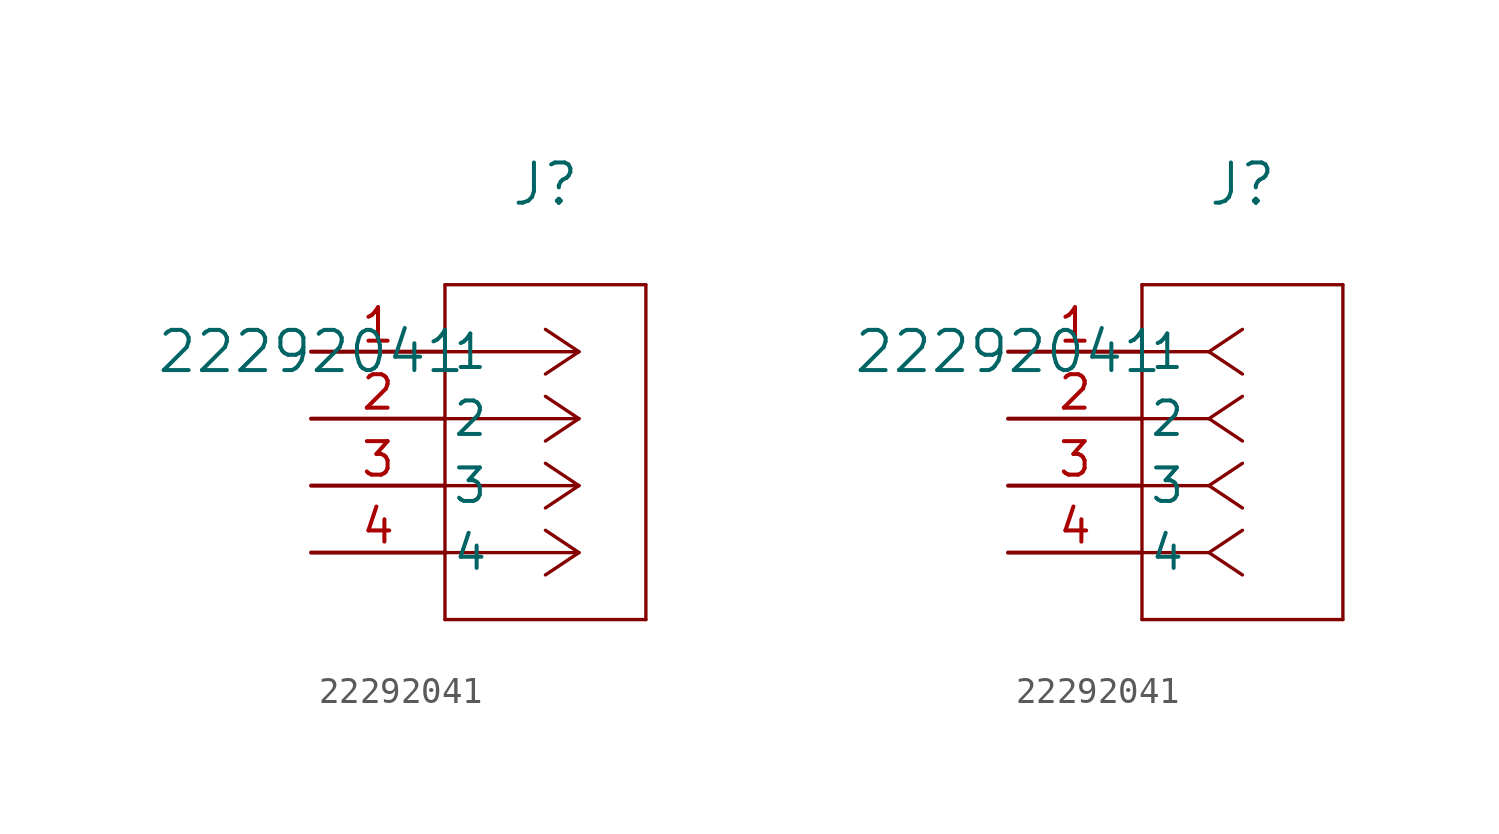
<source format=kicad_sym>
(kicad_symbol_lib
  (version 20211014)
  (generator kicad_symbol_editor)
  (symbol "22292041"
    (pin_names
      (offset 0.254))
    (property "Reference" "J"
      (at 8.89 6.35 0)
      (effects (font (size 1.524 1.524))))
    (property "Value" "22292041"
      (at 0 0 0)
      (effects (font (size 1.524 1.524))))
    (symbol "22292041_1_1"
      (polyline (pts (xy 10.16 0) (xy 5.08 0)) (stroke (width 0.127) (type default) (color 0 0 0 0)) (fill (type none)))
      (polyline (pts (xy 10.16 -2.54) (xy 5.08 -2.54)) (stroke (width 0.127) (type default) (color 0 0 0 0)) (fill (type none)))
      (polyline (pts (xy 10.16 -5.08) (xy 5.08 -5.08)) (stroke (width 0.127) (type default) (color 0 0 0 0)) (fill (type none)))
      (polyline (pts (xy 10.16 -7.62) (xy 5.08 -7.62)) (stroke (width 0.127) (type default) (color 0 0 0 0)) (fill (type none)))
      (polyline (pts (xy 10.16 0) (xy 8.89 0.847)) (stroke (width 0.127) (type default) (color 0 0 0 0)) (fill (type none)))
      (polyline (pts (xy 10.16 -2.54) (xy 8.89 -1.693)) (stroke (width 0.127) (type default) (color 0 0 0 0)) (fill (type none)))
      (polyline (pts (xy 10.16 -5.08) (xy 8.89 -4.233)) (stroke (width 0.127) (type default) (color 0 0 0 0)) (fill (type none)))
      (polyline (pts (xy 10.16 -7.62) (xy 8.89 -6.773)) (stroke (width 0.127) (type default) (color 0 0 0 0)) (fill (type none)))
      (polyline (pts (xy 10.16 0) (xy 8.89 -0.847)) (stroke (width 0.127) (type default) (color 0 0 0 0)) (fill (type none)))
      (polyline (pts (xy 10.16 -2.54) (xy 8.89 -3.387)) (stroke (width 0.127) (type default) (color 0 0 0 0)) (fill (type none)))
      (polyline (pts (xy 10.16 -5.08) (xy 8.89 -5.927)) (stroke (width 0.127) (type default) (color 0 0 0 0)) (fill (type none)))
      (polyline (pts (xy 10.16 -7.62) (xy 8.89 -8.467)) (stroke (width 0.127) (type default) (color 0 0 0 0)) (fill (type none)))
      (polyline (pts (xy 5.08 2.54) (xy 5.08 -10.16)) (stroke (width 0.127) (type default) (color 0 0 0 0)) (fill (type none)))
      (polyline (pts (xy 5.08 -10.16) (xy 12.7 -10.16)) (stroke (width 0.127) (type default) (color 0 0 0 0)) (fill (type none)))
      (polyline (pts (xy 12.7 -10.16) (xy 12.7 2.54)) (stroke (width 0.127) (type default) (color 0 0 0 0)) (fill (type none)))
      (polyline (pts (xy 12.7 2.54) (xy 5.08 2.54)) (stroke (width 0.127) (type default) (color 0 0 0 0)) (fill (type none)))
      (pin unspecified line (at 0 0 0) (length 5.08) (name "1" (effects (font (size 1.27 1.27)))) (number "1" (effects (font (size 1.27 1.27)))))
      (pin unspecified line (at 0 -2.54 0) (length 5.08) (name "2" (effects (font (size 1.27 1.27)))) (number "2" (effects (font (size 1.27 1.27)))))
      (pin unspecified line (at 0 -5.08 0) (length 5.08) (name "3" (effects (font (size 1.27 1.27)))) (number "3" (effects (font (size 1.27 1.27)))))
      (pin unspecified line (at 0 -7.62 0) (length 5.08) (name "4" (effects (font (size 1.27 1.27)))) (number "4" (effects (font (size 1.27 1.27))))))
    (symbol "22292041_1_2"
      (polyline (pts (xy 7.62 0) (xy 5.08 0)) (stroke (width 0.127) (type default) (color 0 0 0 0)) (fill (type none)))
      (polyline (pts (xy 7.62 -2.54) (xy 5.08 -2.54)) (stroke (width 0.127) (type default) (color 0 0 0 0)) (fill (type none)))
      (polyline (pts (xy 7.62 -5.08) (xy 5.08 -5.08)) (stroke (width 0.127) (type default) (color 0 0 0 0)) (fill (type none)))
      (polyline (pts (xy 7.62 -7.62) (xy 5.08 -7.62)) (stroke (width 0.127) (type default) (color 0 0 0 0)) (fill (type none)))
      (polyline (pts (xy 7.62 0) (xy 8.89 0.847)) (stroke (width 0.127) (type default) (color 0 0 0 0)) (fill (type none)))
      (polyline (pts (xy 7.62 -2.54) (xy 8.89 -1.693)) (stroke (width 0.127) (type default) (color 0 0 0 0)) (fill (type none)))
      (polyline (pts (xy 7.62 -5.08) (xy 8.89 -4.233)) (stroke (width 0.127) (type default) (color 0 0 0 0)) (fill (type none)))
      (polyline (pts (xy 7.62 -7.62) (xy 8.89 -6.773)) (stroke (width 0.127) (type default) (color 0 0 0 0)) (fill (type none)))
      (polyline (pts (xy 7.62 0) (xy 8.89 -0.847)) (stroke (width 0.127) (type default) (color 0 0 0 0)) (fill (type none)))
      (polyline (pts (xy 7.62 -2.54) (xy 8.89 -3.387)) (stroke (width 0.127) (type default) (color 0 0 0 0)) (fill (type none)))
      (polyline (pts (xy 7.62 -5.08) (xy 8.89 -5.927)) (stroke (width 0.127) (type default) (color 0 0 0 0)) (fill (type none)))
      (polyline (pts (xy 7.62 -7.62) (xy 8.89 -8.467)) (stroke (width 0.127) (type default) (color 0 0 0 0)) (fill (type none)))
      (polyline (pts (xy 5.08 2.54) (xy 5.08 -10.16)) (stroke (width 0.127) (type default) (color 0 0 0 0)) (fill (type none)))
      (polyline (pts (xy 5.08 -10.16) (xy 12.7 -10.16)) (stroke (width 0.127) (type default) (color 0 0 0 0)) (fill (type none)))
      (polyline (pts (xy 12.7 -10.16) (xy 12.7 2.54)) (stroke (width 0.127) (type default) (color 0 0 0 0)) (fill (type none)))
      (polyline (pts (xy 12.7 2.54) (xy 5.08 2.54)) (stroke (width 0.127) (type default) (color 0 0 0 0)) (fill (type none)))
      (pin unspecified line (at 0 0 0) (length 5.08) (name "1" (effects (font (size 1.27 1.27)))) (number "1" (effects (font (size 1.27 1.27)))))
      (pin unspecified line (at 0 -2.54 0) (length 5.08) (name "2" (effects (font (size 1.27 1.27)))) (number "2" (effects (font (size 1.27 1.27)))))
      (pin unspecified line (at 0 -5.08 0) (length 5.08) (name "3" (effects (font (size 1.27 1.27)))) (number "3" (effects (font (size 1.27 1.27)))))
      (pin unspecified line (at 0 -7.62 0) (length 5.08) (name "4" (effects (font (size 1.27 1.27)))) (number "4" (effects (font (size 1.27 1.27))))))))
</source>
